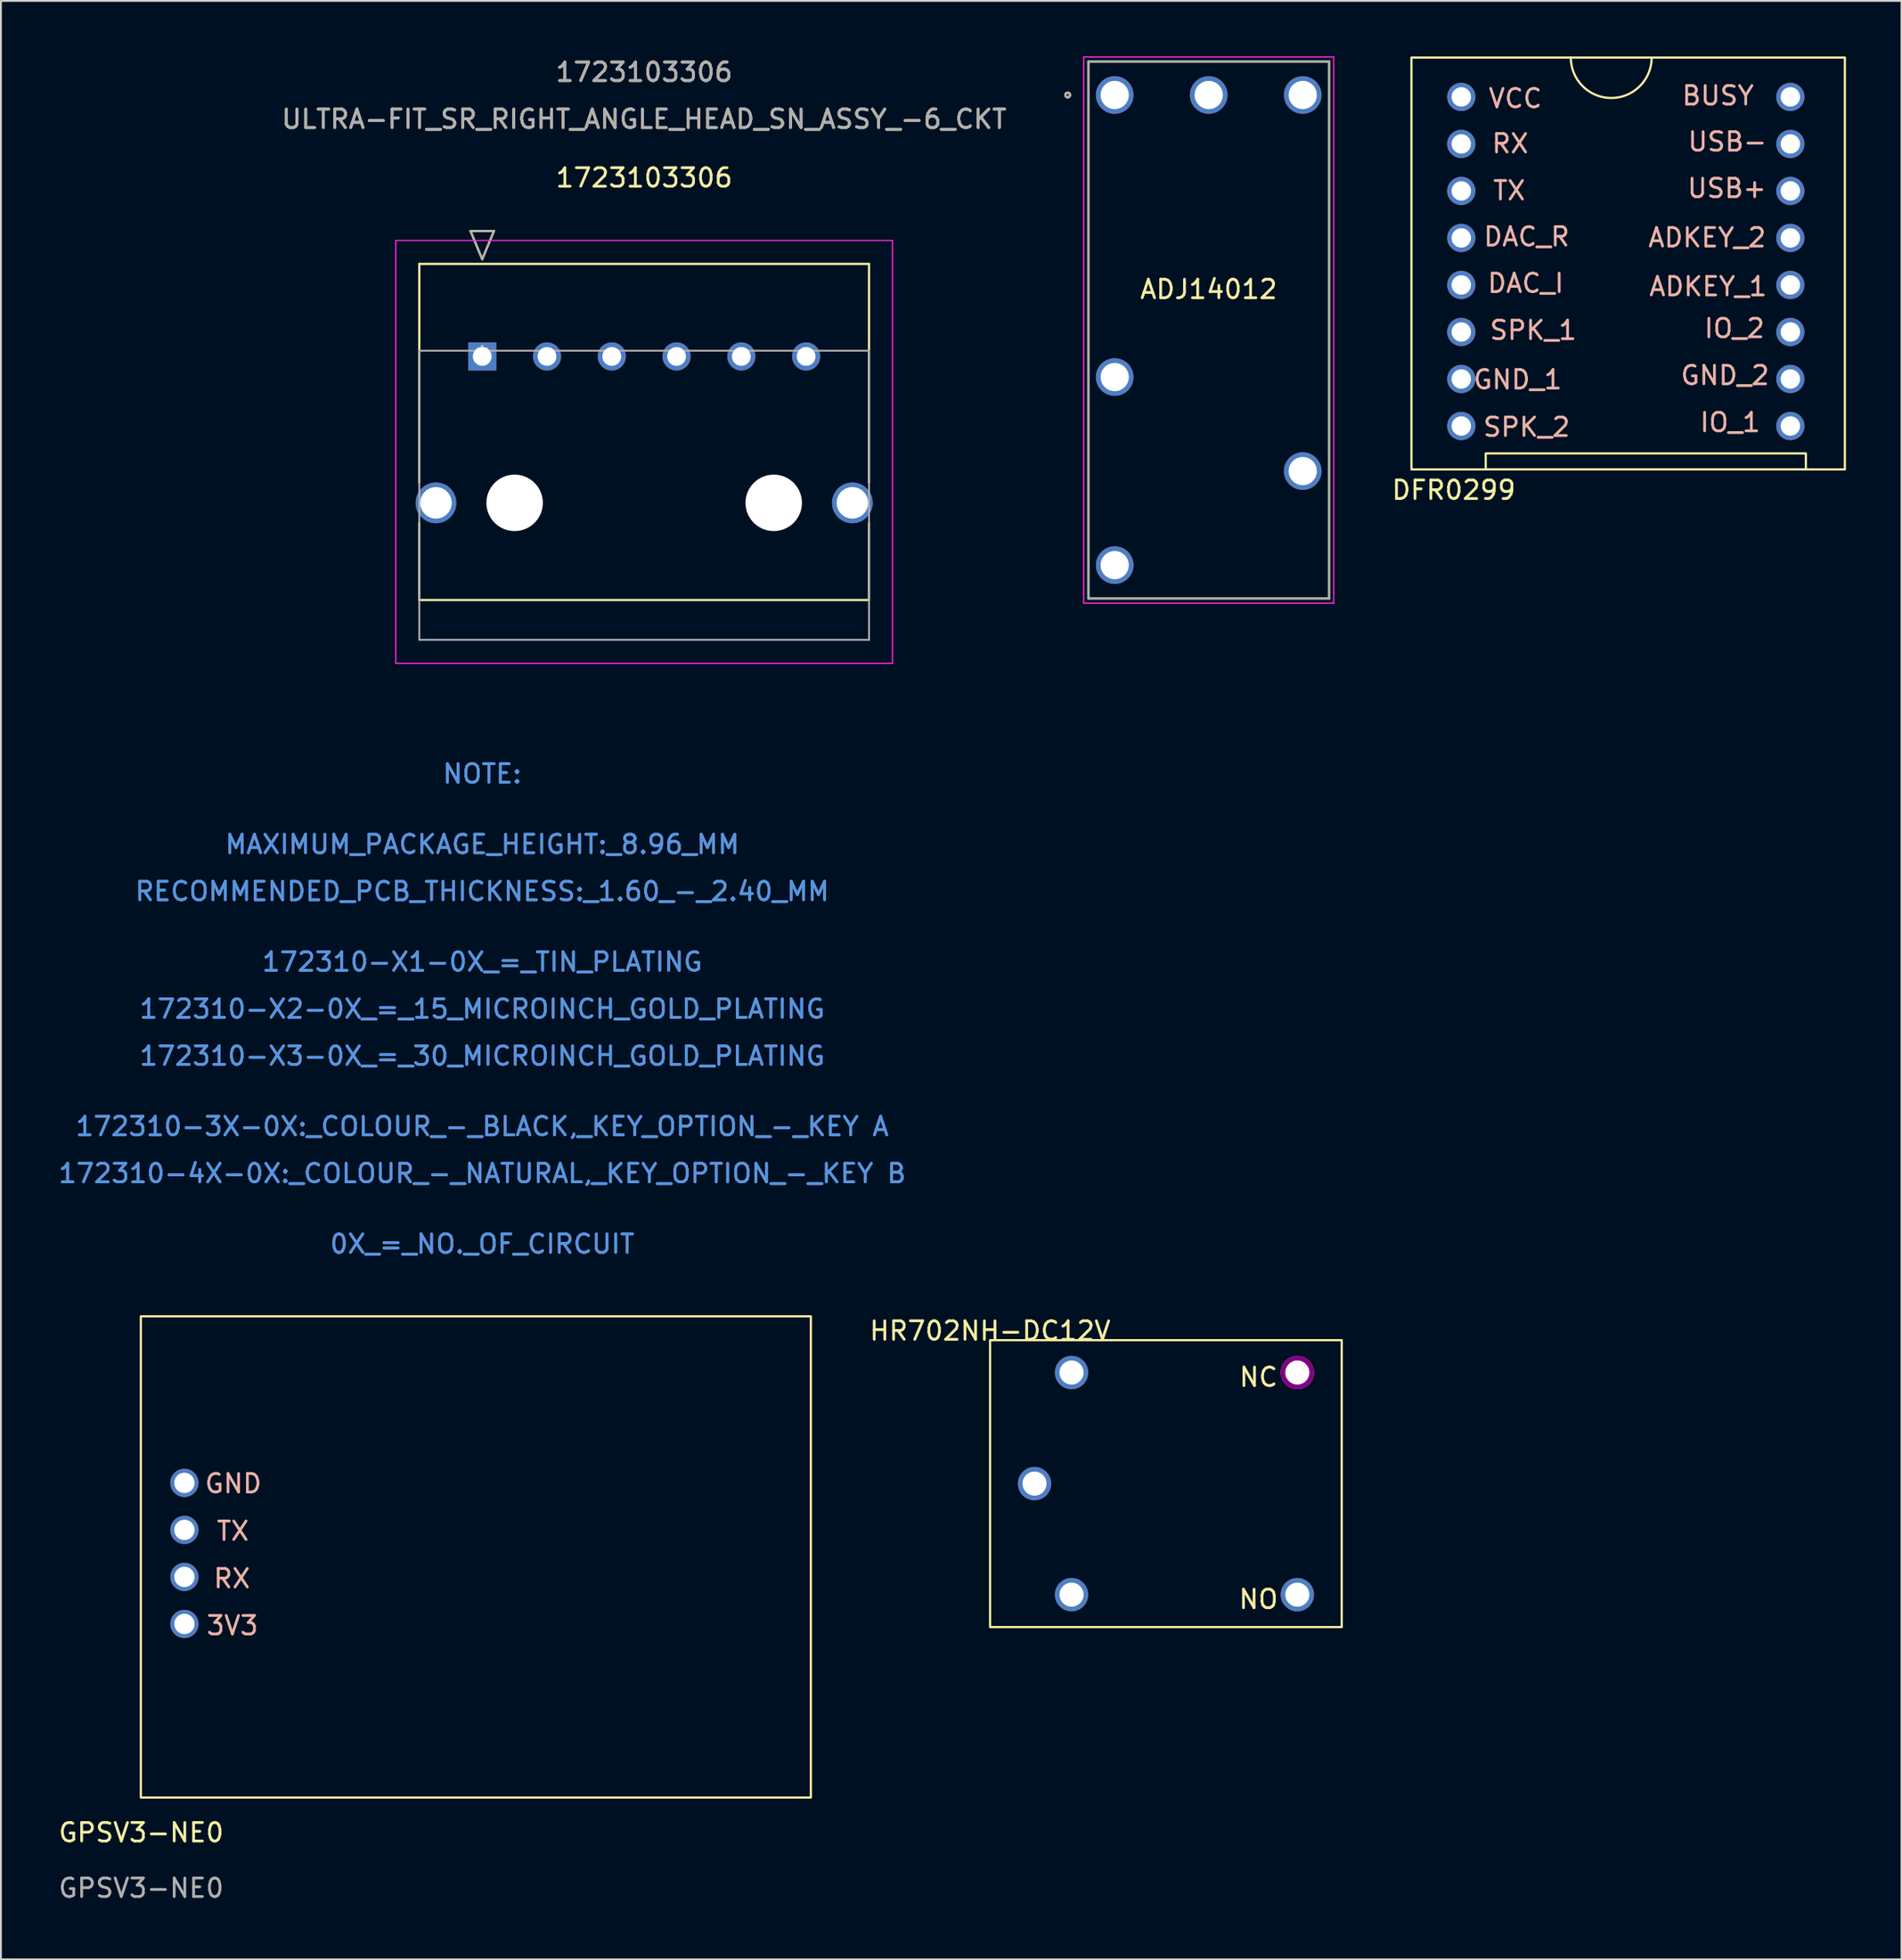
<source format=kicad_pcb>
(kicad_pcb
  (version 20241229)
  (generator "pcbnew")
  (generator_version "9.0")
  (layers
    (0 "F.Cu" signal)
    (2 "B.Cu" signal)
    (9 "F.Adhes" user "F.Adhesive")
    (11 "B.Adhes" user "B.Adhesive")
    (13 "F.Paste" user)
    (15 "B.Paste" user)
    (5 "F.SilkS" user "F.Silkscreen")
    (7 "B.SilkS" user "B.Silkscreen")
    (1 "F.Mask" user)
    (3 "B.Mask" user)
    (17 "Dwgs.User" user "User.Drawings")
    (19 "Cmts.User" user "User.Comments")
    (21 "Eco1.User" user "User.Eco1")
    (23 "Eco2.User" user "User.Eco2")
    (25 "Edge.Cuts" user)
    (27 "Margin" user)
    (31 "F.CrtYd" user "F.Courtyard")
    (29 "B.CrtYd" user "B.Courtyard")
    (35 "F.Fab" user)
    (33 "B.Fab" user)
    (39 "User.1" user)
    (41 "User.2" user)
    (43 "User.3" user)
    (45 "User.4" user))
  (footprint "1723103306"
    (layer "F.Cu")
    (at 23.006 16.208)
    (property "Reference" "1723103306" (at 8.75 -9.652 0) (layer "F.SilkS") (effects (font (size 1 1) (thickness 0.15))))
    (attr through_hole)
    (fp_line (start -3.4 -5) (end -3.4 6.812) (stroke (width 0.12) (type solid)) (layer "F.SilkS"))
    (fp_line (start -3.4 9.008) (end -3.4 13.16) (stroke (width 0.12) (type solid)) (layer "F.SilkS"))
    (fp_line (start -3.4 13.16) (end 20.9 13.16) (stroke (width 0.12) (type solid)) (layer "F.SilkS"))
    (fp_line (start -0.635 -6.778) (end 0 -5.254) (stroke (width 0.12) (type solid)) (layer "F.SilkS"))
    (fp_line (start 0 -5.254) (end 0.635 -6.778) (stroke (width 0.12) (type solid)) (layer "F.SilkS"))
    (fp_line (start 0.635 -6.778) (end -0.635 -6.778) (stroke (width 0.12) (type solid)) (layer "F.SilkS"))
    (fp_line (start 20.9 -5) (end -3.4 -5) (stroke (width 0.12) (type solid)) (layer "F.SilkS"))
    (fp_line (start 20.9 6.812) (end 20.9 -5) (stroke (width 0.12) (type solid)) (layer "F.SilkS"))
    (fp_line (start 20.9 13.16) (end 20.9 9.008) (stroke (width 0.12) (type solid)) (layer "F.SilkS"))
    (fp_line (start -4.67 -6.27) (end -4.67 16.58) (stroke (width 0.05) (type solid)) (layer "F.CrtYd"))
    (fp_line (start -4.67 -6.27) (end -4.67 16.58) (stroke (width 0.05) (type solid)) (layer "F.CrtYd"))
    (fp_line (start -4.67 16.58) (end 22.17 16.58) (stroke (width 0.05) (type solid)) (layer "F.CrtYd"))
    (fp_line (start -4.67 16.58) (end 22.17 16.58) (stroke (width 0.05) (type solid)) (layer "F.CrtYd"))
    (fp_line (start 22.17 -6.27) (end -4.67 -6.27) (stroke (width 0.05) (type solid)) (layer "F.CrtYd"))
    (fp_line (start 22.17 -6.27) (end -4.67 -6.27) (stroke (width 0.05) (type solid)) (layer "F.CrtYd"))
    (fp_line (start 22.17 16.58) (end 22.17 -6.27) (stroke (width 0.05) (type solid)) (layer "F.CrtYd"))
    (fp_line (start 22.17 16.58) (end 22.17 -6.27) (stroke (width 0.05) (type solid)) (layer "F.CrtYd"))
    (fp_line (start -3.4 -0.31) (end -3.4 15.31) (stroke (width 0.1) (type solid)) (layer "F.Fab"))
    (fp_line (start -3.4 15.31) (end 20.9 15.31) (stroke (width 0.1) (type solid)) (layer "F.Fab"))
    (fp_line (start -0.635 -6.778) (end 0 -5.254) (stroke (width 0.1) (type solid)) (layer "F.Fab"))
    (fp_line (start 0 -5.254) (end 0.635 -6.778) (stroke (width 0.1) (type solid)) (layer "F.Fab"))
    (fp_line (start 0.635 -6.778) (end -0.635 -6.778) (stroke (width 0.1) (type solid)) (layer "F.Fab"))
    (fp_line (start 20.9 -0.31) (end -3.4 -0.31) (stroke (width 0.1) (type solid)) (layer "F.Fab"))
    (fp_line (start 20.9 15.31) (end 20.9 -0.31) (stroke (width 0.1) (type solid)) (layer "F.Fab"))
    (fp_text user "1723103306" (at 8.75 -15.36 0) (layer "F.SilkS") (effects (font (size 1 1) (thickness 0.15))))
    (fp_text user "ULTRA-FIT_SR_RIGHT_ANGLE_HEAD_SN_ASSY_-6_CKT" (at 8.75 -12.82 0) (layer "F.SilkS") (effects (font (size 1 1) (thickness 0.15))))
    (fp_text user "*" (at 0 0 0) (layer "F.SilkS") (effects (font (size 1 1) (thickness 0.15))))
    (fp_text user "172310-X3-0X_=_30_MICROINCH_GOLD_PLATING" (at 0 37.79 0) (layer "Cmts.User") (effects (font (size 1 1) (thickness 0.15))))
    (fp_text user "172310-X3-0X_=_30_MICROINCH_GOLD_PLATING" (at 0 37.79 0) (layer "Cmts.User") (effects (font (size 1 1) (thickness 0.15))))
    (fp_text user "172310-3X-0X:_COLOUR_-_BLACK,_KEY_OPTION_-_KEY A" (at 0 41.6 0) (layer "Cmts.User") (effects (font (size 1 1) (thickness 0.15))))
    (fp_text user "172310-3X-0X:_COLOUR_-_BLACK,_KEY_OPTION_-_KEY A" (at 0 41.6 0) (layer "Cmts.User") (effects (font (size 1 1) (thickness 0.15))))
    (fp_text user "MAXIMUM_PACKAGE_HEIGHT:_8.96_MM" (at 0 26.36 0) (layer "Cmts.User") (effects (font (size 1 1) (thickness 0.15))))
    (fp_text user "172310-4X-0X:_COLOUR_-_NATURAL,_KEY_OPTION_-_KEY B" (at 0 44.14 0) (layer "Cmts.User") (effects (font (size 1 1) (thickness 0.15))))
    (fp_text user "172310-4X-0X:_COLOUR_-_NATURAL,_KEY_OPTION_-_KEY B" (at 0 44.14 0) (layer "Cmts.User") (effects (font (size 1 1) (thickness 0.15))))
    (fp_text user "Copyright 2021 Accelerated Designs. All rights reserved." (at 0 0 0) (layer "Cmts.User") (effects (font (size 0.127 0.127) (thickness 0.002))))
    (fp_text user "NOTE:" (at 0 22.55 0) (layer "Cmts.User") (effects (font (size 1 1) (thickness 0.15))))
    (fp_text user "MAXIMUM_PACKAGE_HEIGHT:_8.96_MM" (at 0 26.36 0) (layer "Cmts.User") (effects (font (size 1 1) (thickness 0.15))))
    (fp_text user "172310-X2-0X_=_15_MICROINCH_GOLD_PLATING" (at 0 35.25 0) (layer "Cmts.User") (effects (font (size 1 1) (thickness 0.15))))
    (fp_text user "172310-X1-0X_=_TIN_PLATING" (at 0 32.71 0) (layer "Cmts.User") (effects (font (size 1 1) (thickness 0.15))))
    (fp_text user "0X_=_NO._OF_CIRCUIT" (at 0 47.95 0) (layer "Cmts.User") (effects (font (size 1 1) (thickness 0.15))))
    (fp_text user "RECOMMENDED_PCB_THICKNESS:_1.60_-_2.40_MM" (at 0 28.9 0) (layer "Cmts.User") (effects (font (size 1 1) (thickness 0.15))))
    (fp_text user "172310-X2-0X_=_15_MICROINCH_GOLD_PLATING" (at 0 35.25 0) (layer "Cmts.User") (effects (font (size 1 1) (thickness 0.15))))
    (fp_text user "172310-X1-0X_=_TIN_PLATING" (at 0 32.71 0) (layer "Cmts.User") (effects (font (size 1 1) (thickness 0.15))))
    (fp_text user "0X_=_NO._OF_CIRCUIT" (at 0 47.95 0) (layer "Cmts.User") (effects (font (size 1 1) (thickness 0.15))))
    (fp_text user "RECOMMENDED_PCB_THICKNESS:_1.60_-_2.40_MM" (at 0 28.9 0) (layer "Cmts.User") (effects (font (size 1 1) (thickness 0.15))))
    (fp_text user "NOTE:" (at 0 22.55 0) (layer "Cmts.User") (effects (font (size 1 1) (thickness 0.15))))
    (fp_text user "ULTRA-FIT_SR_RIGHT_ANGLE_HEAD_SN_ASSY_-6_CKT" (at 8.75 -12.82 0) (layer "F.Fab") (effects (font (size 1 1) (thickness 0.15))))
    (fp_text user "*" (at 0 0 0) (layer "F.Fab") (effects (font (size 1 1) (thickness 0.15))))
    (fp_text user "1723103306" (at 8.75 -15.36 0) (layer "F.Fab") (effects (font (size 1 1) (thickness 0.15))))
    (pad "" np_thru_hole circle (at 1.75 7.91) (size 3.05 3.05) (drill 3.05) (layers "*.Cu" "*.Mask"))
    (pad "" np_thru_hole circle (at 15.75 7.91) (size 3.05 3.05) (drill 3.05) (layers "*.Cu" "*.Mask"))
    (pad "1" thru_hole rect (at 0 0) (size 1.52 1.52) (drill 1.016) (layers "*.Cu" "*.Mask"))
    (pad "2" thru_hole circle (at 3.5 0) (size 1.52 1.52) (drill 1.016) (layers "*.Cu" "*.Mask"))
    (pad "3" thru_hole circle (at 7 0) (size 1.52 1.52) (drill 1.016) (layers "*.Cu" "*.Mask"))
    (pad "4" thru_hole circle (at 10.5 0) (size 1.52 1.52) (drill 1.016) (layers "*.Cu" "*.Mask"))
    (pad "5" thru_hole circle (at 14 0) (size 1.52 1.52) (drill 1.016) (layers "*.Cu" "*.Mask"))
    (pad "6" thru_hole circle (at 17.5 0) (size 1.52 1.52) (drill 1.016) (layers "*.Cu" "*.Mask"))
    (pad "7" thru_hole circle (at -2.5 7.91) (size 2.2 2.2) (drill 1.702) (layers "*.Cu" "*.Mask"))
    (pad "8" thru_hole circle (at 20 7.91) (size 2.2 2.2) (drill 1.702) (layers "*.Cu" "*.Mask")))
  (footprint "ADJ14012"
    (layer "F.Cu")
    (at 57.179 2.082)
    (property "Reference" "ADJ14012" (at 5.08 10.5 0) (layer "F.SilkS") (effects (font (size 1 1) (thickness 0.15))))
    (attr through_hole)
    (fp_line (start -1.422 -1.803) (end -1.422 27.203) (stroke (width 0.12) (type solid)) (layer "F.SilkS"))
    (fp_line (start -1.422 27.203) (end 11.582 27.203) (stroke (width 0.12) (type solid)) (layer "F.SilkS"))
    (fp_line (start 11.582 -1.803) (end -1.422 -1.803) (stroke (width 0.12) (type solid)) (layer "F.SilkS"))
    (fp_line (start 11.582 27.203) (end 11.582 -1.803) (stroke (width 0.12) (type solid)) (layer "F.SilkS"))
    (fp_circle (center -2.54 0) (end -2.413 0) (stroke (width 0.12) (type solid)) (fill no) (layer "F.SilkS"))
    (fp_circle (center -2.54 0) (end -2.413 0) (stroke (width 0.12) (type solid)) (fill no) (layer "B.SilkS"))
    (fp_line (start -1.676 -2.057) (end 11.836 -2.057) (stroke (width 0.05) (type solid)) (layer "F.CrtYd"))
    (fp_line (start -1.676 -2.057) (end 11.836 -2.057) (stroke (width 0.05) (type solid)) (layer "F.CrtYd"))
    (fp_line (start -1.676 27.457) (end -1.676 -2.057) (stroke (width 0.05) (type solid)) (layer "F.CrtYd"))
    (fp_line (start -1.676 27.457) (end -1.676 -2.057) (stroke (width 0.05) (type solid)) (layer "F.CrtYd"))
    (fp_line (start 11.836 -2.057) (end 11.836 27.457) (stroke (width 0.05) (type solid)) (layer "F.CrtYd"))
    (fp_line (start 11.836 -2.057) (end 11.836 27.457) (stroke (width 0.05) (type solid)) (layer "F.CrtYd"))
    (fp_line (start 11.836 27.457) (end -1.676 27.457) (stroke (width 0.05) (type solid)) (layer "F.CrtYd"))
    (fp_line (start 11.836 27.457) (end -1.676 27.457) (stroke (width 0.05) (type solid)) (layer "F.CrtYd"))
    (fp_line (start -1.422 -1.803) (end -1.422 27.203) (stroke (width 0.1) (type solid)) (layer "F.Fab"))
    (fp_line (start -1.422 27.203) (end 11.582 27.203) (stroke (width 0.1) (type solid)) (layer "F.Fab"))
    (fp_line (start 11.582 -1.803) (end -1.422 -1.803) (stroke (width 0.1) (type solid)) (layer "F.Fab"))
    (fp_line (start 11.582 27.203) (end 11.582 -1.803) (stroke (width 0.1) (type solid)) (layer "F.Fab"))
    (fp_circle (center -2.54 0) (end -2.413 0) (stroke (width 0.1) (type solid)) (fill no) (layer "F.Fab"))
    (fp_text user "*" (at 0 0 0) (layer "F.SilkS") (effects (font (size 1 1) (thickness 0.15))))
    (fp_text user "*" (at 0 0 0) (layer "F.Fab") (effects (font (size 1 1) (thickness 0.15))))
    (pad "1" thru_hole circle (at 0 0) (size 2.032 2.032) (drill 1.524) (layers "*.Cu" "*.Mask"))
    (pad "2" thru_hole circle (at 0 15.24) (size 2.032 2.032) (drill 1.524) (layers "*.Cu" "*.Mask"))
    (pad "4" thru_hole circle (at 0 25.4) (size 2.032 2.032) (drill 1.524) (layers "*.Cu" "*.Mask"))
    (pad "6" thru_hole circle (at 10.16 20.32) (size 2.032 2.032) (drill 1.524) (layers "*.Cu" "*.Mask"))
    (pad "8" thru_hole circle (at 10.16 0) (size 2.032 2.032) (drill 1.524) (layers "*.Cu" "*.Mask"))
    (pad "9" thru_hole circle (at 5.08 0) (size 2.032 2.032) (drill 1.524) (layers "*.Cu" "*.Mask")))
  (footprint "DFR0299"
    (layer "F.Cu")
    (at 73.137 24.241)
    (property "Reference" "DFR0299" (at 2.362 -0.813 0) (unlocked yes) (layer "F.SilkS") (effects (font (size 1 1) (thickness 0.15))))
    (attr through_hole)
    (fp_rect (start 0.076 -24.181) (end 23.495 -1.93) (stroke (width 0.12) (type solid)) (fill no) (layer "F.SilkS"))
    (fp_rect (start 4.089 -1.93) (end 21.387 -2.794) (stroke (width 0.12) (type solid)) (fill no) (layer "F.SilkS"))
    (fp_arc (start 13.055599 -24.13) (mid 10.845791 -21.995351) (end 8.68621 -24.1808) (stroke (width 0.12) (type solid)) (layer "F.SilkS"))
    (fp_text user "SPK_2" (at 6.299 -4.216 0) (unlocked yes) (layer "B.SilkS") (effects (font (size 1 1) (thickness 0.15))))
    (fp_text user "ADKEY_1" (at 16.104 -11.811 0) (unlocked yes) (layer "B.SilkS") (effects (font (size 1 1) (thickness 0.15))))
    (fp_text user "IO_1" (at 17.297 -4.47 0) (unlocked yes) (layer "B.SilkS") (effects (font (size 1 1) (thickness 0.15))))
    (fp_text user "IO_2" (at 17.526 -9.55 0) (unlocked yes) (layer "B.SilkS") (effects (font (size 1 1) (thickness 0.15))))
    (fp_text user "BUSY" (at 16.637 -22.123 0) (unlocked yes) (layer "B.SilkS") (effects (font (size 1 1) (thickness 0.15))))
    (fp_text user "ADKEY_2" (at 16.053 -14.453 0) (unlocked yes) (layer "B.SilkS") (effects (font (size 1 1) (thickness 0.15))))
    (fp_text user "GND_1" (at 5.817 -6.782 0) (unlocked yes) (layer "B.SilkS") (effects (font (size 1 1) (thickness 0.15))))
    (fp_text user "USB-" (at 17.145 -19.634 0) (unlocked yes) (layer "B.SilkS") (effects (font (size 1 1) (thickness 0.15))))
    (fp_text user "VCC" (at 5.69 -21.971 0) (unlocked yes) (layer "B.SilkS") (effects (font (size 1 1) (thickness 0.15))))
    (fp_text user "GND_2" (at 17.018 -7.01 0) (unlocked yes) (layer "B.SilkS") (effects (font (size 1 1) (thickness 0.15))))
    (fp_text user "DAC_I" (at 6.248 -11.989 0) (unlocked yes) (layer "B.SilkS") (effects (font (size 1 1) (thickness 0.15))))
    (fp_text user "TX" (at 5.359 -16.993 0) (unlocked yes) (layer "B.SilkS") (effects (font (size 1 1) (thickness 0.15))))
    (fp_text user "USB+" (at 17.12 -17.12 0) (unlocked yes) (layer "B.SilkS") (effects (font (size 1 1) (thickness 0.15))))
    (fp_text user "SPK_1" (at 6.655 -9.449 0) (unlocked yes) (layer "B.SilkS") (effects (font (size 1 1) (thickness 0.15))))
    (fp_text user "DAC_R" (at 6.299 -14.503 0) (unlocked yes) (layer "B.SilkS") (effects (font (size 1 1) (thickness 0.15))))
    (fp_text user "RX" (at 5.41 -19.533 0) (unlocked yes) (layer "B.SilkS") (effects (font (size 1 1) (thickness 0.15))))
    (pad "1" thru_hole circle (at 2.769 -22.055 180) (size 1.524 1.524) (drill 1.05) (layers "*.Cu" "*.Mask"))
    (pad "2" thru_hole circle (at 2.769 -19.515 180) (size 1.524 1.524) (drill 1.05) (layers "*.Cu" "*.Mask"))
    (pad "3" thru_hole circle (at 2.769 -16.975 180) (size 1.524 1.524) (drill 1.05) (layers "*.Cu" "*.Mask"))
    (pad "4" thru_hole circle (at 2.769 -14.435 180) (size 1.524 1.524) (drill 1.05) (layers "*.Cu" "*.Mask"))
    (pad "5" thru_hole circle (at 2.769 -11.895 180) (size 1.524 1.524) (drill 1.05) (layers "*.Cu" "*.Mask"))
    (pad "6" thru_hole circle (at 2.769 -9.355 180) (size 1.524 1.524) (drill 1.05) (layers "*.Cu" "*.Mask"))
    (pad "7" thru_hole circle (at 2.769 -6.815 180) (size 1.524 1.524) (drill 1.05) (layers "*.Cu" "*.Mask"))
    (pad "8" thru_hole circle (at 2.769 -4.275 180) (size 1.524 1.524) (drill 1.05) (layers "*.Cu" "*.Mask"))
    (pad "9" thru_hole circle (at 20.549 -4.275 180) (size 1.524 1.524) (drill 1.05) (layers "*.Cu" "*.Mask"))
    (pad "10" thru_hole circle (at 20.549 -6.815 180) (size 1.524 1.524) (drill 1.05) (layers "*.Cu" "*.Mask"))
    (pad "11" thru_hole circle (at 20.549 -9.355 180) (size 1.524 1.524) (drill 1.05) (layers "*.Cu" "*.Mask"))
    (pad "12" thru_hole circle (at 20.549 -11.895 180) (size 1.524 1.524) (drill 1.05) (layers "*.Cu" "*.Mask"))
    (pad "13" thru_hole circle (at 20.549 -14.435 180) (size 1.524 1.524) (drill 1.05) (layers "*.Cu" "*.Mask"))
    (pad "14" thru_hole circle (at 20.549 -16.975 180) (size 1.524 1.524) (drill 1.05) (layers "*.Cu" "*.Mask"))
    (pad "15" thru_hole circle (at 20.549 -19.515 180) (size 1.524 1.524) (drill 1.05) (layers "*.Cu" "*.Mask"))
    (pad "16" thru_hole circle (at 20.549 -22.055 180) (size 1.524 1.524) (drill 1.05) (layers "*.Cu" "*.Mask")))
  (footprint "GPSV3-NE0"
    (layer "F.Cu")
    (at 4.577 96.459)
    (property "Reference" "GPSV3-NE0" (at 0 -0.5 0) (unlocked yes) (layer "F.SilkS") (effects (font (size 1 1) (thickness 0.15))))
    (attr through_hole)
    (fp_rect (start -0.015 -2.392) (end 36.185 -28.392) (stroke (width 0.12) (type solid)) (fill no) (layer "F.SilkS"))
    (fp_text user "RX" (at 4.902 -14.224 0) (unlocked yes) (layer "B.SilkS") (effects (font (size 1 1) (thickness 0.15))))
    (fp_text user "TX" (at 4.953 -16.789 0) (unlocked yes) (layer "B.SilkS") (effects (font (size 1 1) (thickness 0.15))))
    (fp_text user "GND" (at 4.978 -19.355 0) (unlocked yes) (layer "B.SilkS") (effects (font (size 1 1) (thickness 0.15))))
    (fp_text user "3V3" (at 4.928 -11.684 0) (unlocked yes) (layer "B.SilkS") (effects (font (size 1 1) (thickness 0.15))))
    (fp_text user "${REFERENCE}" (at 0 2.5 0) (unlocked yes) (layer "F.Fab") (effects (font (size 1 1) (thickness 0.15))))
    (pad "1" thru_hole circle (at 2.337 -11.772) (size 1.524 1.524) (drill 1.1) (layers "*.Cu" "*.Mask"))
    (pad "2" thru_hole circle (at 2.337 -14.312) (size 1.524 1.524) (drill 1.1) (layers "*.Cu" "*.Mask"))
    (pad "3" thru_hole circle (at 2.337 -16.852) (size 1.524 1.524) (drill 1.1) (layers "*.Cu" "*.Mask"))
    (pad "4" thru_hole circle (at 2.337 -19.392) (size 1.524 1.524) (drill 1.1) (layers "*.Cu" "*.Mask")))
  (footprint "HR702NH-DC12V"
    (layer "F.Cu")
    (at 50.447 69.355)
    (property "Reference" "HR702NH-DC12V" (at 0 -0.5 0) (unlocked yes) (layer "F.SilkS") (effects (font (size 1 1) (thickness 0.15))))
    (attr through_hole)
    (fp_rect (start -0.5 -0.5) (end 19.5 16) (stroke (width 0.12) (type solid)) (fill no) (layer "F.Mask"))
    (fp_rect (start 0 0) (end 19 15.5) (stroke (width 0.12) (type solid)) (fill no) (layer "F.SilkS"))
    (fp_text user "NC" (at 14.5 2 0) (unlocked yes) (layer "F.SilkS") (effects (font (size 1 1) (thickness 0.15))))
    (fp_text user "NO" (at 14.5 14 0) (unlocked yes) (layer "F.SilkS") (effects (font (size 1 1) (thickness 0.15))))
    (pad "1" thru_hole circle (at 16.6 13.75) (size 1.8 1.8) (drill 1.3) (layers "*.Cu" "*.Mask"))
    (pad "2" thru_hole circle (at 4.4 13.75) (size 1.8 1.8) (drill 1.3) (layers "*.Cu" "*.Mask"))
    (pad "6" thru_hole circle (at 4.4 1.75) (size 1.8 1.8) (drill 1.3) (layers "*.Cu" "*.Mask"))
    (pad "7" thru_hole circle (at 2.4 7.75) (size 1.8 1.8) (drill 1.3) (layers "*.Cu" "*.Mask"))
    (pad "14" thru_hole circle (at 16.6 1.75) (size 1.8 1.8) (drill 1.3) (layers "*.Cu" "*.Mask" "F.Adhes")))
  (gr_rect
    (start -3 -3)
    (end 99.692 102.807)
    (stroke (width 0.1) (type default))
    (fill no)
    (layer "Edge.Cuts")))
</source>
